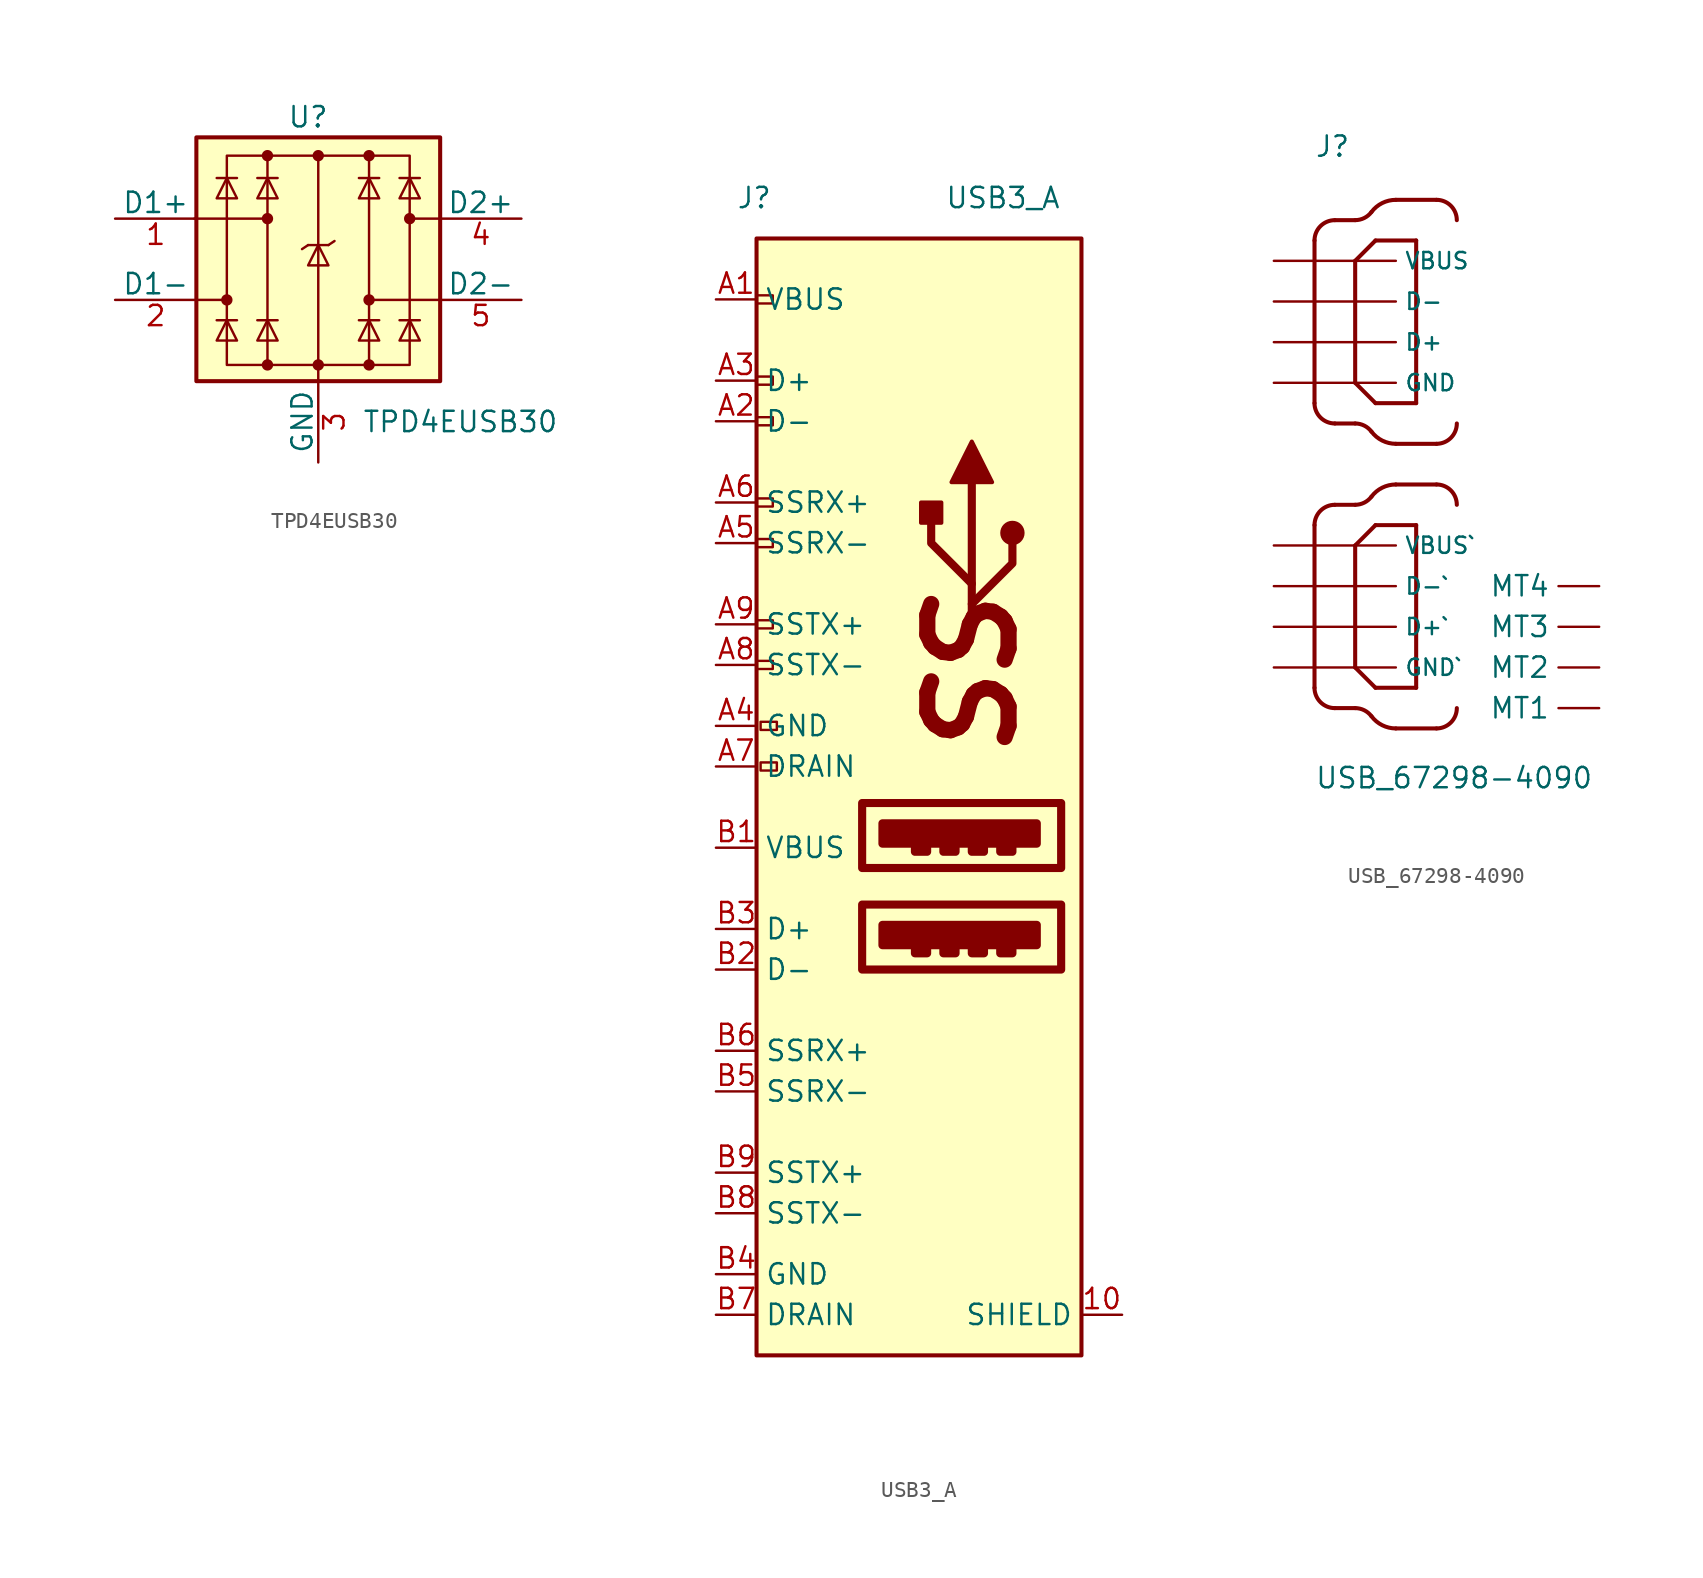
<source format=kicad_sym>
(kicad_symbol_lib
  (version 20201005)
  (generator kicad_symbol_editor)
  (symbol "CM4IO:TPD4EUSB30"
    (pin_names
      (offset 0))
    (property "Reference" "U"
      (at -0.635 8.89 0)
      (effects (font (size 1.27 1.27))))
    (property "Value" "TPD4EUSB30"
      (at 8.89 -10.16 0)
      (effects (font (size 1.27 1.27))))
    (symbol "TPD4EUSB30_0_1"
      (circle (center -5.715 -2.54) (radius 0.279) (stroke (width 0)) (fill (type outline)))
      (circle (center -3.175 -6.604) (radius 0.279) (stroke (width 0)) (fill (type outline)))
      (circle (center -3.175 2.54) (radius 0.279) (stroke (width 0)) (fill (type outline)))
      (circle (center -3.175 6.477) (radius 0.279) (stroke (width 0)) (fill (type outline)))
      (circle (center 0 -6.604) (radius 0.279) (stroke (width 0)) (fill (type outline)))
      (circle (center 0 6.477) (radius 0.279) (stroke (width 0)) (fill (type outline)))
      (circle (center 3.175 -6.604) (radius 0.279) (stroke (width 0)) (fill (type outline)))
      (circle (center 3.175 -2.54) (radius 0.279) (stroke (width 0)) (fill (type outline)))
      (circle (center 3.175 6.477) (radius 0.279) (stroke (width 0)) (fill (type outline)))
      (circle (center 5.715 2.54) (radius 0.279) (stroke (width 0)) (fill (type outline)))
      (rectangle (start -7.62 7.62) (end 7.62 -7.62) (stroke (width 0.254)) (fill (type background)))
      (polyline (pts (xy -7.747 2.54) (xy -3.175 2.54)) (stroke (width 0)) (fill (type none)))
      (polyline (pts (xy -7.62 -2.54) (xy -5.715 -2.54)) (stroke (width 0)) (fill (type none)))
      (polyline (pts (xy -5.08 -3.81) (xy -6.35 -3.81)) (stroke (width 0)) (fill (type none)))
      (polyline (pts (xy -5.08 5.08) (xy -6.35 5.08)) (stroke (width 0)) (fill (type none)))
      (polyline (pts (xy -2.54 -3.81) (xy -3.81 -3.81)) (stroke (width 0)) (fill (type none)))
      (polyline (pts (xy -2.54 5.08) (xy -3.81 5.08)) (stroke (width 0)) (fill (type none)))
      (polyline (pts (xy -0.635 0.889) (xy -1.016 0.635)) (stroke (width 0)) (fill (type none)))
      (polyline (pts (xy 0 -6.604) (xy 0 -7.62)) (stroke (width 0)) (fill (type none)))
      (polyline (pts (xy 0.635 0.889) (xy -0.635 0.889)) (stroke (width 0)) (fill (type none)))
      (polyline (pts (xy 0.635 0.889) (xy 1.016 1.143)) (stroke (width 0)) (fill (type none)))
      (polyline (pts (xy 3.81 -3.81) (xy 2.54 -3.81)) (stroke (width 0)) (fill (type none)))
      (polyline (pts (xy 3.81 5.08) (xy 2.54 5.08)) (stroke (width 0)) (fill (type none)))
      (polyline (pts (xy 6.35 -3.81) (xy 5.08 -3.81)) (stroke (width 0)) (fill (type none)))
      (polyline (pts (xy 6.35 5.08) (xy 5.08 5.08)) (stroke (width 0)) (fill (type none)))
      (polyline (pts (xy 7.62 -2.54) (xy 3.175 -2.54)) (stroke (width 0)) (fill (type none)))
      (polyline (pts (xy 7.62 2.54) (xy 5.715 2.54)) (stroke (width 0)) (fill (type none)))
      (polyline (pts (xy -5.08 -5.08) (xy -6.35 -5.08) (xy -5.715 -3.81) (xy -5.08 -5.08)) (stroke (width 0)) (fill (type none)))
      (polyline (pts (xy -5.08 3.81) (xy -6.35 3.81) (xy -5.715 5.08) (xy -5.08 3.81)) (stroke (width 0)) (fill (type none)))
      (polyline (pts (xy -2.54 -5.08) (xy -3.81 -5.08) (xy -3.175 -3.81) (xy -2.54 -5.08)) (stroke (width 0)) (fill (type none)))
      (polyline (pts (xy -2.54 3.81) (xy -3.81 3.81) (xy -3.175 5.08) (xy -2.54 3.81)) (stroke (width 0)) (fill (type none)))
      (polyline (pts (xy 0.635 -0.381) (xy -0.635 -0.381) (xy 0 0.889) (xy 0.635 -0.381)) (stroke (width 0)) (fill (type none)))
      (polyline (pts (xy 3.81 -5.08) (xy 2.54 -5.08) (xy 3.175 -3.81) (xy 3.81 -5.08)) (stroke (width 0)) (fill (type none)))
      (polyline (pts (xy 3.81 3.81) (xy 2.54 3.81) (xy 3.175 5.08) (xy 3.81 3.81)) (stroke (width 0)) (fill (type none)))
      (polyline (pts (xy 6.35 -5.08) (xy 5.08 -5.08) (xy 5.715 -3.81) (xy 6.35 -5.08)) (stroke (width 0)) (fill (type none)))
      (polyline (pts (xy 6.35 3.81) (xy 5.08 3.81) (xy 5.715 5.08) (xy 6.35 3.81)) (stroke (width 0)) (fill (type none))))
    (symbol "TPD4EUSB30_0_0"
      (rectangle (start -5.715 6.477) (end 5.715 -6.604) (stroke (width 0)) (fill (type none)))
      (polyline (pts (xy -3.175 -6.604) (xy -3.175 6.477)) (stroke (width 0)) (fill (type none)))
      (polyline (pts (xy 0 6.477) (xy 0 -6.604)) (stroke (width 0)) (fill (type none)))
      (polyline (pts (xy 3.175 6.477) (xy 3.175 -6.604)) (stroke (width 0)) (fill (type none))))
    (symbol "TPD4EUSB30_1_1"
      (pin passive line (at -12.7 2.54 0) (length 5.08) (name "D1+" (effects (font (size 1.27 1.27)))) (number "1" (effects (font (size 1.27 1.27)))))
      (pin passive line (at -12.7 2.54 0) (length 5.08) hide (name "~" (effects (font (size 1.27 1.27)))) (number "10" (effects (font (size 1.27 1.27)))))
      (pin passive line (at -12.7 -2.54 0) (length 5.08) (name "D1-" (effects (font (size 1.27 1.27)))) (number "2" (effects (font (size 1.27 1.27)))))
      (pin power_in line (at 0 -12.7 90) (length 5.08) (name "GND" (effects (font (size 1.27 1.27)))) (number "3" (effects (font (size 1.27 1.27)))))
      (pin passive line (at 12.7 2.54 180) (length 5.08) (name "D2+" (effects (font (size 1.27 1.27)))) (number "4" (effects (font (size 1.27 1.27)))))
      (pin passive line (at 12.7 -2.54 180) (length 5.08) (name "D2-" (effects (font (size 1.27 1.27)))) (number "5" (effects (font (size 1.27 1.27)))))
      (pin passive line (at 12.7 -2.54 180) (length 5.08) hide (name "~" (effects (font (size 1.27 1.27)))) (number "6" (effects (font (size 1.27 1.27)))))
      (pin passive line (at 12.7 2.54 180) (length 5.08) hide (name "~" (effects (font (size 1.27 1.27)))) (number "7" (effects (font (size 1.27 1.27)))))
      (pin passive line (at 0 -12.7 90) (length 5.08) hide (name "GND" (effects (font (size 1.27 1.27)))) (number "8" (effects (font (size 1.27 1.27)))))
      (pin passive line (at -12.7 -2.54 0) (length 5.08) hide (name "~" (effects (font (size 1.27 1.27)))) (number "9" (effects (font (size 1.27 1.27)))))))
  (symbol "CM4IO:USB3_A"
    (property "Reference" "J"
      (at -10.16 33.02 0)
      (effects (font (size 1.27 1.27)) (justify left)))
    (property "Value" "USB3_A"
      (at 10.16 33.02 0)
      (effects (font (size 1.27 1.27)) (justify right)))
    (symbol "USB3_A_1_1"
      (circle (center 7.112 12.065) (radius 0.635) (stroke (width 0.254)) (fill (type outline)))
      (text "SS" (at 4.572 3.175 900) (effects (font (size 5.08 5.08) bold italic)))
      (rectangle (start -8.89 4.064) (end -7.874 3.556) (stroke (width 0)) (fill (type none)))
      (rectangle (start -8.89 6.604) (end -7.874 6.096) (stroke (width 0)) (fill (type none)))
      (rectangle (start -8.89 11.684) (end -7.874 11.176) (stroke (width 0)) (fill (type none)))
      (rectangle (start -8.89 14.224) (end -7.874 13.716) (stroke (width 0)) (fill (type none)))
      (rectangle (start -8.89 19.304) (end -7.874 18.796) (stroke (width 0)) (fill (type none)))
      (rectangle (start -8.89 21.844) (end -7.874 21.336) (stroke (width 0)) (fill (type none)))
      (rectangle (start -8.89 26.924) (end -7.874 26.416) (stroke (width 0)) (fill (type none)))
      (rectangle (start -7.62 -2.286) (end -8.636 -2.794) (stroke (width 0)) (fill (type none)))
      (rectangle (start -7.62 0.254) (end -8.636 -0.254) (stroke (width 0)) (fill (type none)))
      (rectangle (start -2.286 -11.176) (end 10.16 -15.24) (stroke (width 0.508)) (fill (type none)))
      (rectangle (start -2.286 -4.826) (end 10.16 -8.89) (stroke (width 0.508)) (fill (type none)))
      (rectangle (start -1.016 -12.446) (end 8.636 -13.716) (stroke (width 0.508)) (fill (type outline)))
      (rectangle (start -1.016 -6.096) (end 8.636 -7.366) (stroke (width 0.508)) (fill (type outline)))
      (rectangle (start 1.016 -13.97) (end 1.778 -14.224) (stroke (width 0.508)) (fill (type none)))
      (rectangle (start 1.016 -7.62) (end 1.778 -7.874) (stroke (width 0.508)) (fill (type none)))
      (rectangle (start 2.667 12.7) (end 1.397 13.97) (stroke (width 0.254)) (fill (type outline)))
      (rectangle (start 2.794 -13.97) (end 3.556 -14.224) (stroke (width 0.508)) (fill (type none)))
      (rectangle (start 2.794 -7.62) (end 3.556 -7.874) (stroke (width 0.508)) (fill (type none)))
      (rectangle (start 4.572 -13.97) (end 5.334 -14.224) (stroke (width 0.508)) (fill (type none)))
      (rectangle (start 4.572 -7.62) (end 5.334 -7.874) (stroke (width 0.508)) (fill (type none)))
      (rectangle (start 6.35 -13.97) (end 7.112 -14.224) (stroke (width 0.508)) (fill (type none)))
      (rectangle (start 6.35 -7.62) (end 7.112 -7.874) (stroke (width 0.508)) (fill (type none)))
      (rectangle (start 11.43 30.48) (end -8.89 -39.37) (stroke (width 0.254)) (fill (type background)))
      (polyline (pts (xy 4.572 6.35) (xy 4.572 15.24)) (stroke (width 0.508)) (fill (type none)))
      (polyline (pts (xy 4.572 7.62) (xy 7.112 10.16) (xy 7.112 11.43)) (stroke (width 0.508)) (fill (type none)))
      (polyline (pts (xy 4.572 8.89) (xy 2.032 11.43) (xy 2.032 12.7)) (stroke (width 0.508)) (fill (type none)))
      (polyline (pts (xy 5.842 15.24) (xy 4.572 17.78) (xy 3.302 15.24) (xy 5.842 15.24)) (stroke (width 0.254)) (fill (type outline)))
      (pin passive line (at 13.97 -36.83 180) (length 2.54) (name "SHIELD" (effects (font (size 1.27 1.27)))) (number "10" (effects (font (size 1.27 1.27)))))
      (pin power_in line (at -11.43 26.67 0) (length 2.54) (name "VBUS" (effects (font (size 1.27 1.27)))) (number "A1" (effects (font (size 1.27 1.27)))))
      (pin bidirectional line (at -11.43 19.05 0) (length 2.54) (name "D-" (effects (font (size 1.27 1.27)))) (number "A2" (effects (font (size 1.27 1.27)))))
      (pin bidirectional line (at -11.43 21.59 0) (length 2.54) (name "D+" (effects (font (size 1.27 1.27)))) (number "A3" (effects (font (size 1.27 1.27)))))
      (pin power_in line (at -11.43 0 0) (length 2.54) (name "GND" (effects (font (size 1.27 1.27)))) (number "A4" (effects (font (size 1.27 1.27)))))
      (pin bidirectional line (at -11.43 11.43 0) (length 2.54) (name "SSRX-" (effects (font (size 1.27 1.27)))) (number "A5" (effects (font (size 1.27 1.27)))))
      (pin bidirectional line (at -11.43 13.97 0) (length 2.54) (name "SSRX+" (effects (font (size 1.27 1.27)))) (number "A6" (effects (font (size 1.27 1.27)))))
      (pin power_in line (at -11.43 -2.54 0) (length 2.54) (name "DRAIN" (effects (font (size 1.27 1.27)))) (number "A7" (effects (font (size 1.27 1.27)))))
      (pin bidirectional line (at -11.43 3.81 0) (length 2.54) (name "SSTX-" (effects (font (size 1.27 1.27)))) (number "A8" (effects (font (size 1.27 1.27)))))
      (pin bidirectional line (at -11.43 6.35 0) (length 2.54) (name "SSTX+" (effects (font (size 1.27 1.27)))) (number "A9" (effects (font (size 1.27 1.27)))))
      (pin power_in line (at -11.43 -7.62 0) (length 2.54) (name "VBUS" (effects (font (size 1.27 1.27)))) (number "B1" (effects (font (size 1.27 1.27)))))
      (pin bidirectional line (at -11.43 -15.24 0) (length 2.54) (name "D-" (effects (font (size 1.27 1.27)))) (number "B2" (effects (font (size 1.27 1.27)))))
      (pin bidirectional line (at -11.43 -12.7 0) (length 2.54) (name "D+" (effects (font (size 1.27 1.27)))) (number "B3" (effects (font (size 1.27 1.27)))))
      (pin power_in line (at -11.43 -34.29 0) (length 2.54) (name "GND" (effects (font (size 1.27 1.27)))) (number "B4" (effects (font (size 1.27 1.27)))))
      (pin bidirectional line (at -11.43 -22.86 0) (length 2.54) (name "SSRX-" (effects (font (size 1.27 1.27)))) (number "B5" (effects (font (size 1.27 1.27)))))
      (pin bidirectional line (at -11.43 -20.32 0) (length 2.54) (name "SSRX+" (effects (font (size 1.27 1.27)))) (number "B6" (effects (font (size 1.27 1.27)))))
      (pin power_in line (at -11.43 -36.83 0) (length 2.54) (name "DRAIN" (effects (font (size 1.27 1.27)))) (number "B7" (effects (font (size 1.27 1.27)))))
      (pin bidirectional line (at -11.43 -30.48 0) (length 2.54) (name "SSTX-" (effects (font (size 1.27 1.27)))) (number "B8" (effects (font (size 1.27 1.27)))))
      (pin bidirectional line (at -11.43 -27.94 0) (length 2.54) (name "SSTX+" (effects (font (size 1.27 1.27)))) (number "B9" (effects (font (size 1.27 1.27)))))))
  (symbol "CM4IO:USB_67298-4090"
    (pin_numbers hide)
    (property "Reference" "J"
      (at -5.08 21.641 0)
      (effects (font (size 1.27 1.27)) (justify left bottom)))
    (property "Value" "USB_67298-4090"
      (at -5.08 -17.805 0)
      (effects (font (size 1.27 1.27)) (justify left bottom)))
    (symbol "USB_67298-4090_0_0"
      (arc (start -5.08 -11.43) (end -3.81 -12.7) (radius (at -3.81 -11.43) (length 1.27) (angles 180 -90)) (stroke (width 0.254)) (fill (type none)))
      (arc (start -5.08 -1.27) (end -3.81 0) (radius (at -3.81 -1.27) (length 1.27) (angles 180 90)) (stroke (width 0.254)) (fill (type none)))
      (arc (start -5.08 6.35) (end -3.81 5.08) (radius (at -3.81 6.35) (length 1.27) (angles 180 -90)) (stroke (width 0.254)) (fill (type none)))
      (arc (start -5.08 16.51) (end -3.81 17.78) (radius (at -3.81 16.51) (length 1.27) (angles 180 90)) (stroke (width 0.254)) (fill (type none)))
      (arc (start -2.54 -12.7) (end -1.524 -13.208) (radius (at -2.54 -13.97) (length 1.27) (angles -143 -90)) (stroke (width 0.254)) (fill (type none)))
      (arc (start -2.54 0) (end -1.524 0.508) (radius (at -2.54 1.27) (length 1.27) (angles -90 -37)) (stroke (width 0.254)) (fill (type none)))
      (arc (start -2.54 5.08) (end -1.524 4.572) (radius (at -2.54 3.81) (length 1.27) (angles -143 -90)) (stroke (width 0.254)) (fill (type none)))
      (arc (start -2.54 17.78) (end -1.524 18.288) (radius (at -2.54 19.05) (length 1.27) (angles -90 -37)) (stroke (width 0.254)) (fill (type none)))
      (arc (start -1.524 -13.208) (end 0 -13.97) (radius (at 0 -12.065) (length 1.905) (angles -143 -90)) (stroke (width 0.254)) (fill (type none)))
      (arc (start -1.524 0.508) (end 0 1.27) (radius (at 0 -0.635) (length 1.905) (angles -90 -37)) (stroke (width 0.254)) (fill (type none)))
      (arc (start -1.524 4.572) (end 0 3.81) (radius (at 0 5.715) (length 1.905) (angles -143 -90)) (stroke (width 0.254)) (fill (type none)))
      (arc (start -1.524 18.288) (end 0 19.05) (radius (at 0 17.145) (length 1.905) (angles -90 -37)) (stroke (width 0.254)) (fill (type none)))
      (arc (start 2.54 -13.97) (end 3.81 -12.7) (radius (at 2.54 -12.7) (length 1.27) (angles -90 0)) (stroke (width 0.254)) (fill (type none)))
      (arc (start 2.54 1.27) (end 3.81 0) (radius (at 2.54 0) (length 1.27) (angles 90 0)) (stroke (width 0.254)) (fill (type none)))
      (arc (start 2.54 3.81) (end 3.81 5.08) (radius (at 2.54 5.08) (length 1.27) (angles -90 0)) (stroke (width 0.254)) (fill (type none)))
      (arc (start 2.54 19.05) (end 3.81 17.78) (radius (at 2.54 17.78) (length 1.27) (angles 90 0)) (stroke (width 0.254)) (fill (type none)))
      (polyline (pts (xy -5.08 -1.27) (xy -5.08 -11.43)) (stroke (width 0.254)) (fill (type none)))
      (polyline (pts (xy -5.08 16.51) (xy -5.08 6.35)) (stroke (width 0.254)) (fill (type none)))
      (polyline (pts (xy -3.81 -12.7) (xy -2.54 -12.7)) (stroke (width 0.254)) (fill (type none)))
      (polyline (pts (xy -3.81 0) (xy -2.54 0)) (stroke (width 0.254)) (fill (type none)))
      (polyline (pts (xy -3.81 5.08) (xy -2.54 5.08)) (stroke (width 0.254)) (fill (type none)))
      (polyline (pts (xy -3.81 17.78) (xy -2.54 17.78)) (stroke (width 0.254)) (fill (type none)))
      (polyline (pts (xy -2.54 -10.16) (xy -1.27 -11.43)) (stroke (width 0.254)) (fill (type none)))
      (polyline (pts (xy -2.54 -2.54) (xy -2.54 -10.16)) (stroke (width 0.254)) (fill (type none)))
      (polyline (pts (xy -2.54 7.62) (xy -1.27 6.35)) (stroke (width 0.254)) (fill (type none)))
      (polyline (pts (xy -2.54 15.24) (xy -2.54 7.62)) (stroke (width 0.254)) (fill (type none)))
      (polyline (pts (xy -1.27 -11.43) (xy 1.27 -11.43)) (stroke (width 0.254)) (fill (type none)))
      (polyline (pts (xy -1.27 -1.27) (xy -2.54 -2.54)) (stroke (width 0.254)) (fill (type none)))
      (polyline (pts (xy -1.27 6.35) (xy 1.27 6.35)) (stroke (width 0.254)) (fill (type none)))
      (polyline (pts (xy -1.27 16.51) (xy -2.54 15.24)) (stroke (width 0.254)) (fill (type none)))
      (polyline (pts (xy 0 -13.97) (xy 2.54 -13.97)) (stroke (width 0.254)) (fill (type none)))
      (polyline (pts (xy 0 1.27) (xy 2.54 1.27)) (stroke (width 0.254)) (fill (type none)))
      (polyline (pts (xy 0 3.81) (xy 2.54 3.81)) (stroke (width 0.254)) (fill (type none)))
      (polyline (pts (xy 0 19.05) (xy 2.54 19.05)) (stroke (width 0.254)) (fill (type none)))
      (polyline (pts (xy 1.27 -11.43) (xy 1.27 -1.27)) (stroke (width 0.254)) (fill (type none)))
      (polyline (pts (xy 1.27 -1.27) (xy -1.27 -1.27)) (stroke (width 0.254)) (fill (type none)))
      (polyline (pts (xy 1.27 6.35) (xy 1.27 16.51)) (stroke (width 0.254)) (fill (type none)))
      (polyline (pts (xy 1.27 16.51) (xy -1.27 16.51)) (stroke (width 0.254)) (fill (type none)))
      (pin power_in line (at -7.62 -2.54 0) (length 7.62) (name "VBUS`" (effects (font (size 1.016 1.016)))) (number "1" (effects (font (size 1.016 1.016)))))
      (pin passive line (at -7.62 -5.08 0) (length 7.62) (name "D-`" (effects (font (size 1.016 1.016)))) (number "2" (effects (font (size 1.016 1.016)))))
      (pin passive line (at -7.62 -7.62 0) (length 7.62) (name "D+`" (effects (font (size 1.016 1.016)))) (number "3" (effects (font (size 1.016 1.016)))))
      (pin power_in line (at -7.62 -10.16 0) (length 7.62) (name "GND`" (effects (font (size 1.016 1.016)))) (number "4" (effects (font (size 1.016 1.016)))))
      (pin power_in line (at -7.62 15.24 0) (length 7.62) (name "VBUS" (effects (font (size 1.016 1.016)))) (number "5" (effects (font (size 1.016 1.016)))))
      (pin passive line (at -7.62 12.7 0) (length 7.62) (name "D-" (effects (font (size 1.016 1.016)))) (number "6" (effects (font (size 1.016 1.016)))))
      (pin passive line (at -7.62 10.16 0) (length 7.62) (name "D+" (effects (font (size 1.016 1.016)))) (number "7" (effects (font (size 1.016 1.016)))))
      (pin power_in line (at -7.62 7.62 0) (length 7.62) (name "GND" (effects (font (size 1.016 1.016)))) (number "8" (effects (font (size 1.016 1.016)))))
      (pin passive line (at 12.7 -12.7 180) (length 2.54) (name "MT1" (effects (font (size 1.27 1.27)))) (number "MT1" (effects (font (size 1.27 1.27)))))
      (pin passive line (at 12.7 -10.16 180) (length 2.54) (name "MT2" (effects (font (size 1.27 1.27)))) (number "MT2" (effects (font (size 1.27 1.27)))))
      (pin passive line (at 12.7 -7.62 180) (length 2.54) (name "MT3" (effects (font (size 1.27 1.27)))) (number "MT3" (effects (font (size 1.27 1.27)))))
      (pin passive line (at 12.7 -5.08 180) (length 2.54) (name "MT4" (effects (font (size 1.27 1.27)))) (number "MT4" (effects (font (size 1.27 1.27))))))))
</source>
